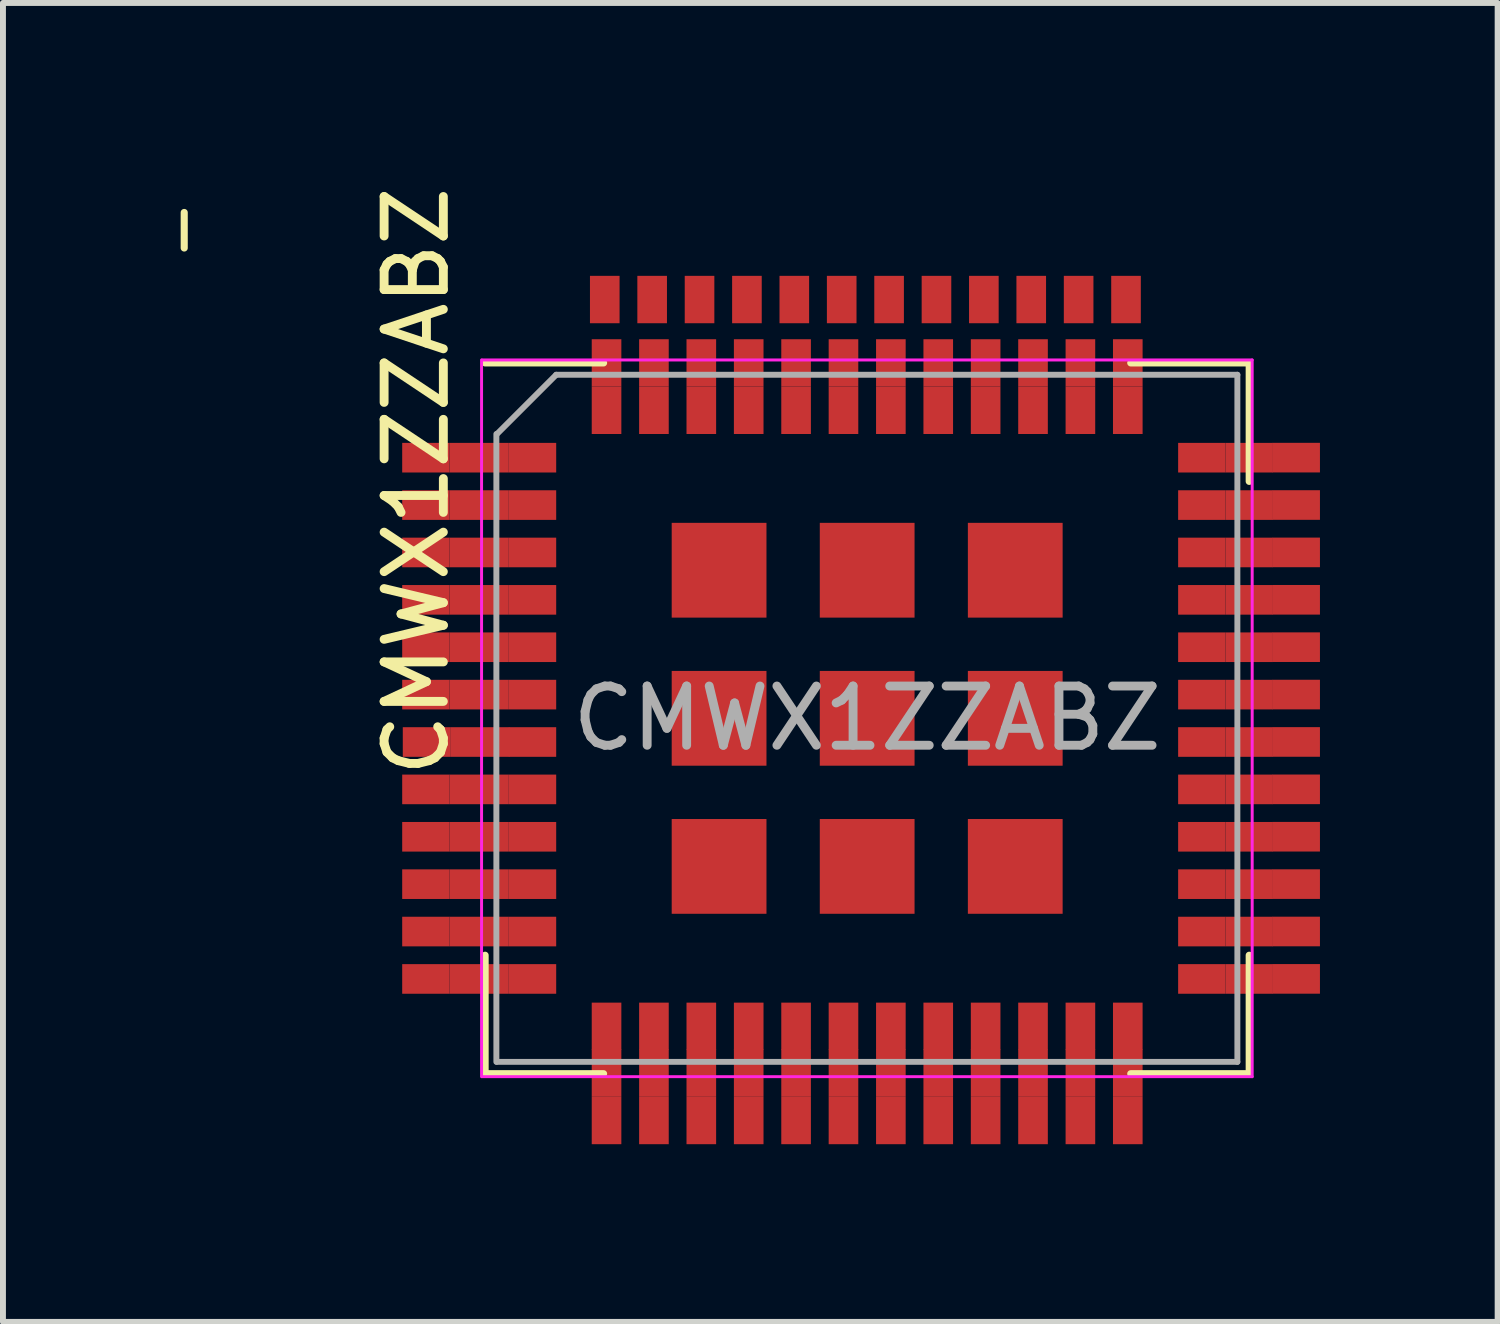
<source format=kicad_pcb>
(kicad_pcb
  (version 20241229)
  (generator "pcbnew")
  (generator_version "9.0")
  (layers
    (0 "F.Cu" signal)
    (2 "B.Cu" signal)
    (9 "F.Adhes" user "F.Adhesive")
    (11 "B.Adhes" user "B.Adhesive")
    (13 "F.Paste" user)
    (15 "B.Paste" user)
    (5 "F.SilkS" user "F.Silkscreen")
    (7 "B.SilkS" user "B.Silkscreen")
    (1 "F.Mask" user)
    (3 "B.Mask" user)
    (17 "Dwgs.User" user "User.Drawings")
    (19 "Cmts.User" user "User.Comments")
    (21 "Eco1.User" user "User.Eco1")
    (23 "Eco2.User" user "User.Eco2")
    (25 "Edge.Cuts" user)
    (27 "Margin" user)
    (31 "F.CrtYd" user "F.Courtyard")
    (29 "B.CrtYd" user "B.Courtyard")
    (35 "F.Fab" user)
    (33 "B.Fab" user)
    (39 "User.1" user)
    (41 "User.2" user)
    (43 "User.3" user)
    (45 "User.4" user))
  (footprint "CMWX1ZZABZ"
    (layer "F.Cu")
    (at 11.59 9.077)
    (property "Reference" "CMWX1ZZABZ" (at -7.61 -4 270) (layer "F.SilkS") (effects (font (size 1 1) (thickness 0.15))))
    (attr smd)
    (fp_line (start -11.53 -8.54) (end -11.53 -7.94) (stroke (width 0.12) (type solid)) (layer "F.SilkS"))
    (fp_line (start -6.45 -6) (end -4.45 -6) (stroke (width 0.12) (type solid)) (layer "F.SilkS"))
    (fp_line (start -6.45 4) (end -6.45 6) (stroke (width 0.12) (type solid)) (layer "F.SilkS"))
    (fp_line (start -6.45 6) (end -4.45 6) (stroke (width 0.12) (type solid)) (layer "F.SilkS"))
    (fp_line (start 4.45 -6) (end 6.45 -6) (stroke (width 0.12) (type solid)) (layer "F.SilkS"))
    (fp_line (start 4.45 6) (end 6.45 6) (stroke (width 0.12) (type solid)) (layer "F.SilkS"))
    (fp_line (start 6.45 -6) (end 6.45 -4) (stroke (width 0.12) (type solid)) (layer "F.SilkS"))
    (fp_line (start 6.45 4) (end 6.45 6) (stroke (width 0.12) (type solid)) (layer "F.SilkS"))
    (fp_line (start -6.51 6.05) (end -6.51 -6.05) (stroke (width 0.05) (type solid)) (layer "F.CrtYd"))
    (fp_line (start -6.5 -6.05) (end 6.5 -6.05) (stroke (width 0.05) (type solid)) (layer "F.CrtYd"))
    (fp_line (start -6.5 6.05) (end 6.5 6.05) (stroke (width 0.05) (type solid)) (layer "F.CrtYd"))
    (fp_line (start 6.5 -6.05) (end 6.5 6.05) (stroke (width 0.05) (type solid)) (layer "F.CrtYd"))
    (fp_line (start -6.26 -4.8) (end -6.26 5.8) (stroke (width 0.1) (type solid)) (layer "F.Fab"))
    (fp_line (start -6.25 5.8) (end 6.25 5.8) (stroke (width 0.1) (type solid)) (layer "F.Fab"))
    (fp_line (start -5.25 -5.8) (end -6.25 -4.8) (stroke (width 0.1) (type solid)) (layer "F.Fab"))
    (fp_line (start -5.25 -5.8) (end 6.25 -5.8) (stroke (width 0.1) (type solid)) (layer "F.Fab"))
    (fp_line (start 6.25 -5.8) (end 6.25 5.8) (stroke (width 0.1) (type solid)) (layer "F.Fab"))
    (fp_text user "${REFERENCE}" (at 0 0 0) (layer "F.Fab") (effects (font (size 1 1) (thickness 0.15))))
    (pad "1" smd rect (at -7.45 -4.4) (size 0.8 0.5) (layers "F.Cu" "F.Mask" "F.Paste"))
    (pad "1" smd rect (at -6.55 -4.4) (size 1 0.5) (layers "F.Cu"))
    (pad "1" smd rect (at -5.65 -4.4) (size 0.8 0.5) (layers "F.Cu" "F.Mask" "F.Paste"))
    (pad "2" smd rect (at -7.45 -3.6) (size 0.8 0.5) (layers "F.Cu" "F.Mask" "F.Paste"))
    (pad "2" smd rect (at -6.55 -3.6) (size 1 0.5) (layers "F.Cu"))
    (pad "2" smd rect (at -5.65 -3.6) (size 0.8 0.5) (layers "F.Cu" "F.Mask" "F.Paste"))
    (pad "3" smd rect (at -7.45 -2.8) (size 0.8 0.5) (layers "F.Cu" "F.Mask" "F.Paste"))
    (pad "3" smd rect (at -6.55 -2.8) (size 1 0.5) (layers "F.Cu"))
    (pad "3" smd rect (at -5.65 -2.8) (size 0.8 0.5) (layers "F.Cu" "F.Mask" "F.Paste"))
    (pad "4" smd rect (at -7.45 -2) (size 0.8 0.5) (layers "F.Cu" "F.Mask" "F.Paste"))
    (pad "4" smd rect (at -6.55 -2) (size 1 0.5) (layers "F.Cu"))
    (pad "4" smd rect (at -5.65 -2) (size 0.8 0.5) (layers "F.Cu" "F.Mask" "F.Paste"))
    (pad "5" smd rect (at -7.45 -1.2) (size 0.8 0.5) (layers "F.Cu" "F.Mask" "F.Paste"))
    (pad "5" smd rect (at -6.55 -1.2) (size 1 0.5) (layers "F.Cu"))
    (pad "5" smd rect (at -5.65 -1.2) (size 0.8 0.5) (layers "F.Cu" "F.Mask" "F.Paste"))
    (pad "6" smd rect (at -7.45 -0.4) (size 0.8 0.5) (layers "F.Cu" "F.Mask" "F.Paste"))
    (pad "6" smd rect (at -6.55 -0.4) (size 1 0.5) (layers "F.Cu"))
    (pad "6" smd rect (at -5.65 -0.4) (size 0.8 0.5) (layers "F.Cu" "F.Mask" "F.Paste"))
    (pad "7" smd rect (at -7.44 0.4) (size 0.8 0.5) (layers "F.Cu" "F.Mask" "F.Paste"))
    (pad "7" smd rect (at -6.54 0.4) (size 1 0.5) (layers "F.Cu"))
    (pad "7" smd rect (at -5.65 0.4) (size 0.8 0.5) (layers "F.Cu" "F.Mask" "F.Paste"))
    (pad "8" smd rect (at -7.45 1.2) (size 0.8 0.5) (layers "F.Cu" "F.Mask" "F.Paste"))
    (pad "8" smd rect (at -6.55 1.2) (size 1 0.5) (layers "F.Cu"))
    (pad "8" smd rect (at -5.65 1.2) (size 0.8 0.5) (layers "F.Cu" "F.Mask" "F.Paste"))
    (pad "9" smd rect (at -7.45 2) (size 0.8 0.5) (layers "F.Cu" "F.Mask" "F.Paste"))
    (pad "9" smd rect (at -6.55 2) (size 1 0.5) (layers "F.Cu"))
    (pad "9" smd rect (at -5.65 2) (size 0.8 0.5) (layers "F.Cu" "F.Mask" "F.Paste"))
    (pad "10" smd rect (at -7.45 2.8) (size 0.8 0.5) (layers "F.Cu" "F.Mask" "F.Paste"))
    (pad "10" smd rect (at -6.55 2.8) (size 1 0.5) (layers "F.Cu"))
    (pad "10" smd rect (at -5.65 2.8) (size 0.8 0.5) (layers "F.Cu" "F.Mask" "F.Paste"))
    (pad "11" smd rect (at -7.45 3.6) (size 0.8 0.5) (layers "F.Cu" "F.Mask" "F.Paste"))
    (pad "11" smd rect (at -6.55 3.6) (size 1 0.5) (layers "F.Cu"))
    (pad "11" smd rect (at -5.65 3.6) (size 0.8 0.5) (layers "F.Cu" "F.Mask" "F.Paste"))
    (pad "12" smd rect (at -7.45 4.4) (size 0.8 0.5) (layers "F.Cu" "F.Mask" "F.Paste"))
    (pad "12" smd rect (at -6.55 4.4) (size 1 0.5) (layers "F.Cu"))
    (pad "12" smd rect (at -5.65 4.4) (size 0.8 0.5) (layers "F.Cu" "F.Mask" "F.Paste"))
    (pad "13" smd rect (at -4.4 5.2 90) (size 0.8 0.5) (layers "F.Cu" "F.Mask" "F.Paste"))
    (pad "13" smd rect (at -4.4 5.99 90) (size 0.8 0.5) (layers "F.Cu"))
    (pad "13" smd rect (at -4.4 6.79 90) (size 0.8 0.5) (layers "F.Cu" "F.Mask" "F.Paste"))
    (pad "14" smd rect (at -3.6 5.2 90) (size 0.8 0.5) (layers "F.Cu" "F.Mask" "F.Paste"))
    (pad "14" smd rect (at -3.6 5.99 90) (size 0.8 0.5) (layers "F.Cu"))
    (pad "14" smd rect (at -3.6 6.79 90) (size 0.8 0.5) (layers "F.Cu" "F.Mask" "F.Paste"))
    (pad "15" smd rect (at -2.8 5.2 90) (size 0.8 0.5) (layers "F.Cu" "F.Mask" "F.Paste"))
    (pad "15" smd rect (at -2.8 5.99 90) (size 0.8 0.5) (layers "F.Cu"))
    (pad "15" smd rect (at -2.8 6.79 90) (size 0.8 0.5) (layers "F.Cu" "F.Mask" "F.Paste"))
    (pad "16" smd rect (at -2 5.2 90) (size 0.8 0.5) (layers "F.Cu" "F.Mask" "F.Paste"))
    (pad "16" smd rect (at -2 5.99 90) (size 0.8 0.5) (layers "F.Cu"))
    (pad "16" smd rect (at -2 6.79 90) (size 0.8 0.5) (layers "F.Cu" "F.Mask" "F.Paste"))
    (pad "17" smd rect (at -1.2 5.2 90) (size 0.8 0.5) (layers "F.Cu" "F.Mask" "F.Paste"))
    (pad "17" smd rect (at -1.2 5.99 90) (size 0.8 0.5) (layers "F.Cu"))
    (pad "17" smd rect (at -1.2 6.79 90) (size 0.8 0.5) (layers "F.Cu" "F.Mask" "F.Paste"))
    (pad "18" smd rect (at -0.4 5.2 90) (size 0.8 0.5) (layers "F.Cu" "F.Mask" "F.Paste"))
    (pad "18" smd rect (at -0.4 5.99 90) (size 0.8 0.5) (layers "F.Cu"))
    (pad "18" smd rect (at -0.4 6.79 90) (size 0.8 0.5) (layers "F.Cu" "F.Mask" "F.Paste"))
    (pad "19" smd rect (at 0.4 5.2 90) (size 0.8 0.5) (layers "F.Cu" "F.Mask" "F.Paste"))
    (pad "19" smd rect (at 0.4 5.99 90) (size 0.8 0.5) (layers "F.Cu"))
    (pad "19" smd rect (at 0.4 6.79 90) (size 0.8 0.5) (layers "F.Cu" "F.Mask" "F.Paste"))
    (pad "20" smd rect (at 1.2 5.2 270) (size 0.8 0.5) (layers "F.Cu" "F.Mask" "F.Paste"))
    (pad "20" smd rect (at 1.2 5.99 270) (size 0.8 0.5) (layers "F.Cu"))
    (pad "20" smd rect (at 1.2 6.79 270) (size 0.8 0.5) (layers "F.Cu" "F.Mask" "F.Paste"))
    (pad "21" smd rect (at 2 5.2 270) (size 0.8 0.5) (layers "F.Cu" "F.Mask" "F.Paste"))
    (pad "21" smd rect (at 2 5.99 270) (size 0.8 0.5) (layers "F.Cu"))
    (pad "21" smd rect (at 2 6.79 270) (size 0.8 0.5) (layers "F.Cu" "F.Mask" "F.Paste"))
    (pad "22" smd rect (at 2.8 5.2 270) (size 0.8 0.5) (layers "F.Cu" "F.Mask" "F.Paste"))
    (pad "22" smd rect (at 2.8 5.99 270) (size 0.8 0.5) (layers "F.Cu"))
    (pad "22" smd rect (at 2.8 6.79 270) (size 0.8 0.5) (layers "F.Cu" "F.Mask" "F.Paste"))
    (pad "23" smd rect (at 3.6 5.2 270) (size 0.8 0.5) (layers "F.Cu" "F.Mask" "F.Paste"))
    (pad "23" smd rect (at 3.6 5.99 270) (size 0.8 0.5) (layers "F.Cu"))
    (pad "23" smd rect (at 3.6 6.79 270) (size 0.8 0.5) (layers "F.Cu" "F.Mask" "F.Paste"))
    (pad "24" smd rect (at 4.4 5.2 270) (size 0.8 0.5) (layers "F.Cu" "F.Mask" "F.Paste"))
    (pad "24" smd rect (at 4.4 5.99 270) (size 0.8 0.5) (layers "F.Cu"))
    (pad "24" smd rect (at 4.4 6.79 270) (size 0.8 0.5) (layers "F.Cu" "F.Mask" "F.Paste"))
    (pad "25" smd rect (at 5.65 4.4) (size 0.8 0.5) (layers "F.Cu" "F.Mask" "F.Paste"))
    (pad "25" smd rect (at 6.45 4.4) (size 0.8 0.5) (layers "F.Cu"))
    (pad "25" smd rect (at 7.244 4.399) (size 0.8 0.5) (layers "F.Cu" "F.Mask" "F.Paste"))
    (pad "26" smd rect (at 5.65 3.6) (size 0.8 0.5) (layers "F.Cu" "F.Mask" "F.Paste"))
    (pad "26" smd rect (at 6.45 3.6) (size 0.8 0.5) (layers "F.Cu"))
    (pad "26" smd rect (at 7.244 3.599) (size 0.8 0.5) (layers "F.Cu" "F.Mask" "F.Paste"))
    (pad "27" smd rect (at 5.65 2.8) (size 0.8 0.5) (layers "F.Cu" "F.Mask" "F.Paste"))
    (pad "27" smd rect (at 6.45 2.8) (size 0.8 0.5) (layers "F.Cu"))
    (pad "27" smd rect (at 7.244 2.799) (size 0.8 0.5) (layers "F.Cu" "F.Mask" "F.Paste"))
    (pad "28" smd rect (at 5.65 2) (size 0.8 0.5) (layers "F.Cu" "F.Mask" "F.Paste"))
    (pad "28" smd rect (at 6.45 2) (size 0.8 0.5) (layers "F.Cu"))
    (pad "28" smd rect (at 7.244 1.999) (size 0.8 0.5) (layers "F.Cu" "F.Mask" "F.Paste"))
    (pad "29" smd rect (at 5.65 1.2) (size 0.8 0.5) (layers "F.Cu" "F.Mask" "F.Paste"))
    (pad "29" smd rect (at 6.45 1.2) (size 0.8 0.5) (layers "F.Cu"))
    (pad "29" smd rect (at 7.244 1.199) (size 0.8 0.5) (layers "F.Cu" "F.Mask" "F.Paste"))
    (pad "30" smd rect (at 5.65 0.4) (size 0.8 0.5) (layers "F.Cu" "F.Mask" "F.Paste"))
    (pad "30" smd rect (at 6.45 0.4) (size 0.8 0.5) (layers "F.Cu"))
    (pad "30" smd rect (at 7.244 0.399) (size 0.8 0.5) (layers "F.Cu" "F.Mask" "F.Paste"))
    (pad "31" smd rect (at 5.65 -0.4) (size 0.8 0.5) (layers "F.Cu" "F.Mask" "F.Paste"))
    (pad "31" smd rect (at 6.45 -0.4) (size 0.8 0.5) (layers "F.Cu"))
    (pad "31" smd rect (at 7.244 -0.401) (size 0.8 0.5) (layers "F.Cu" "F.Mask" "F.Paste"))
    (pad "32" smd rect (at 5.65 -1.2) (size 0.8 0.5) (layers "F.Cu" "F.Mask" "F.Paste"))
    (pad "32" smd rect (at 6.45 -1.2) (size 0.8 0.5) (layers "F.Cu"))
    (pad "32" smd rect (at 7.244 -1.201) (size 0.8 0.5) (layers "F.Cu" "F.Mask" "F.Paste"))
    (pad "33" smd rect (at 5.65 -2) (size 0.8 0.5) (layers "F.Cu" "F.Mask" "F.Paste"))
    (pad "33" smd rect (at 6.45 -2) (size 0.8 0.5) (layers "F.Cu"))
    (pad "33" smd rect (at 7.244 -2.001) (size 0.8 0.5) (layers "F.Cu" "F.Mask" "F.Paste"))
    (pad "34" smd rect (at 5.65 -2.8) (size 0.8 0.5) (layers "F.Cu" "F.Mask" "F.Paste"))
    (pad "34" smd rect (at 6.45 -2.8) (size 0.8 0.5) (layers "F.Cu"))
    (pad "34" smd rect (at 7.244 -2.801) (size 0.8 0.5) (layers "F.Cu" "F.Mask" "F.Paste"))
    (pad "35" smd rect (at 5.65 -3.6) (size 0.8 0.5) (layers "F.Cu" "F.Mask" "F.Paste"))
    (pad "35" smd rect (at 6.45 -3.6) (size 0.8 0.5) (layers "F.Cu"))
    (pad "35" smd rect (at 7.244 -3.601) (size 0.8 0.5) (layers "F.Cu" "F.Mask" "F.Paste"))
    (pad "36" smd rect (at 5.65 -4.4) (size 0.8 0.5) (layers "F.Cu" "F.Mask" "F.Paste"))
    (pad "36" smd rect (at 6.45 -4.4) (size 0.8 0.5) (layers "F.Cu"))
    (pad "36" smd rect (at 7.244 -4.401) (size 0.8 0.5) (layers "F.Cu" "F.Mask" "F.Paste"))
    (pad "37" smd rect (at 4.37 -7.07 90) (size 0.8 0.5) (layers "F.Cu" "F.Mask" "F.Paste"))
    (pad "37" smd rect (at 4.4 -6 90) (size 0.8 0.5) (layers "F.Cu"))
    (pad "37" smd rect (at 4.4 -5.2 90) (size 0.8 0.5) (layers "F.Cu" "F.Mask" "F.Paste"))
    (pad "38" smd rect (at 3.57 -7.07 90) (size 0.8 0.5) (layers "F.Cu" "F.Mask" "F.Paste"))
    (pad "38" smd rect (at 3.6 -6 90) (size 0.8 0.5) (layers "F.Cu"))
    (pad "38" smd rect (at 3.6 -5.2 90) (size 0.8 0.5) (layers "F.Cu" "F.Mask" "F.Paste"))
    (pad "39" smd rect (at 2.77 -7.07 90) (size 0.8 0.5) (layers "F.Cu" "F.Mask" "F.Paste"))
    (pad "39" smd rect (at 2.8 -6 90) (size 0.8 0.5) (layers "F.Cu"))
    (pad "39" smd rect (at 2.8 -5.2 90) (size 0.8 0.5) (layers "F.Cu" "F.Mask" "F.Paste"))
    (pad "40" smd rect (at 1.97 -7.07 90) (size 0.8 0.5) (layers "F.Cu" "F.Mask" "F.Paste"))
    (pad "40" smd rect (at 2 -6 90) (size 0.8 0.5) (layers "F.Cu"))
    (pad "40" smd rect (at 2 -5.2 90) (size 0.8 0.5) (layers "F.Cu" "F.Mask" "F.Paste"))
    (pad "41" smd rect (at 1.17 -7.07 90) (size 0.8 0.5) (layers "F.Cu" "F.Mask" "F.Paste"))
    (pad "41" smd rect (at 1.2 -6 90) (size 0.8 0.5) (layers "F.Cu"))
    (pad "41" smd rect (at 1.2 -5.2 90) (size 0.8 0.5) (layers "F.Cu" "F.Mask" "F.Paste"))
    (pad "42" smd rect (at 0.37 -7.07 90) (size 0.8 0.5) (layers "F.Cu" "F.Mask" "F.Paste"))
    (pad "42" smd rect (at 0.4 -6 90) (size 0.8 0.5) (layers "F.Cu"))
    (pad "42" smd rect (at 0.4 -5.2 90) (size 0.8 0.5) (layers "F.Cu" "F.Mask" "F.Paste"))
    (pad "43" smd rect (at -0.43 -7.07 90) (size 0.8 0.5) (layers "F.Cu" "F.Mask" "F.Paste"))
    (pad "43" smd rect (at -0.4 -6 90) (size 0.8 0.5) (layers "F.Cu"))
    (pad "43" smd rect (at -0.4 -5.2 90) (size 0.8 0.5) (layers "F.Cu" "F.Mask" "F.Paste"))
    (pad "44" smd rect (at -1.23 -7.07 90) (size 0.8 0.5) (layers "F.Cu" "F.Mask" "F.Paste"))
    (pad "44" smd rect (at -1.2 -6 90) (size 0.8 0.5) (layers "F.Cu"))
    (pad "44" smd rect (at -1.2 -5.2 90) (size 0.8 0.5) (layers "F.Cu" "F.Mask" "F.Paste"))
    (pad "45" smd rect (at -2.03 -7.07 90) (size 0.8 0.5) (layers "F.Cu" "F.Mask" "F.Paste"))
    (pad "45" smd rect (at -2 -6 90) (size 0.8 0.5) (layers "F.Cu"))
    (pad "45" smd rect (at -2 -5.2 90) (size 0.8 0.5) (layers "F.Cu" "F.Mask" "F.Paste"))
    (pad "46" smd rect (at -2.83 -7.07 90) (size 0.8 0.5) (layers "F.Cu" "F.Mask" "F.Paste"))
    (pad "46" smd rect (at -2.8 -6 90) (size 0.8 0.5) (layers "F.Cu"))
    (pad "46" smd rect (at -2.8 -5.2 90) (size 0.8 0.5) (layers "F.Cu" "F.Mask" "F.Paste"))
    (pad "47" smd rect (at -3.63 -7.07 90) (size 0.8 0.5) (layers "F.Cu" "F.Mask" "F.Paste"))
    (pad "47" smd rect (at -3.6 -6 90) (size 0.8 0.5) (layers "F.Cu"))
    (pad "47" smd rect (at -3.6 -5.2 90) (size 0.8 0.5) (layers "F.Cu" "F.Mask" "F.Paste"))
    (pad "48" smd rect (at -4.43 -7.07 90) (size 0.8 0.5) (layers "F.Cu" "F.Mask" "F.Paste"))
    (pad "48" smd rect (at -4.4 -6 90) (size 0.8 0.5) (layers "F.Cu"))
    (pad "48" smd rect (at -4.4 -5.2 90) (size 0.8 0.5) (layers "F.Cu" "F.Mask" "F.Paste"))
    (pad "49" smd rect (at -2.5 -2.5 90) (size 1.6 1.6) (layers "F.Cu" "F.Mask" "F.Paste"))
    (pad "50" smd rect (at 0 -2.5 90) (size 1.6 1.6) (layers "F.Cu" "F.Mask" "F.Paste"))
    (pad "51" smd rect (at 2.5 -2.5 90) (size 1.6 1.6) (layers "F.Cu" "F.Mask" "F.Paste"))
    (pad "52" smd rect (at -2.5 0 90) (size 1.6 1.6) (layers "F.Cu" "F.Mask" "F.Paste"))
    (pad "53" smd rect (at 0 0 90) (size 1.6 1.6) (layers "F.Cu" "F.Mask" "F.Paste"))
    (pad "54" smd rect (at 2.5 0 90) (size 1.6 1.6) (layers "F.Cu" "F.Mask" "F.Paste"))
    (pad "55" smd rect (at -2.5 2.5 90) (size 1.6 1.6) (layers "F.Cu" "F.Mask" "F.Paste"))
    (pad "56" smd rect (at 0 2.5 90) (size 1.6 1.6) (layers "F.Cu" "F.Mask" "F.Paste"))
    (pad "57" smd rect (at 2.5 2.5 90) (size 1.6 1.6) (layers "F.Cu" "F.Mask" "F.Paste")))
  (gr_rect
    (start -3 -3)
    (end 22.234 19.267)
    (stroke (width 0.1) (type default))
    (fill no)
    (layer "Edge.Cuts")))
</source>
